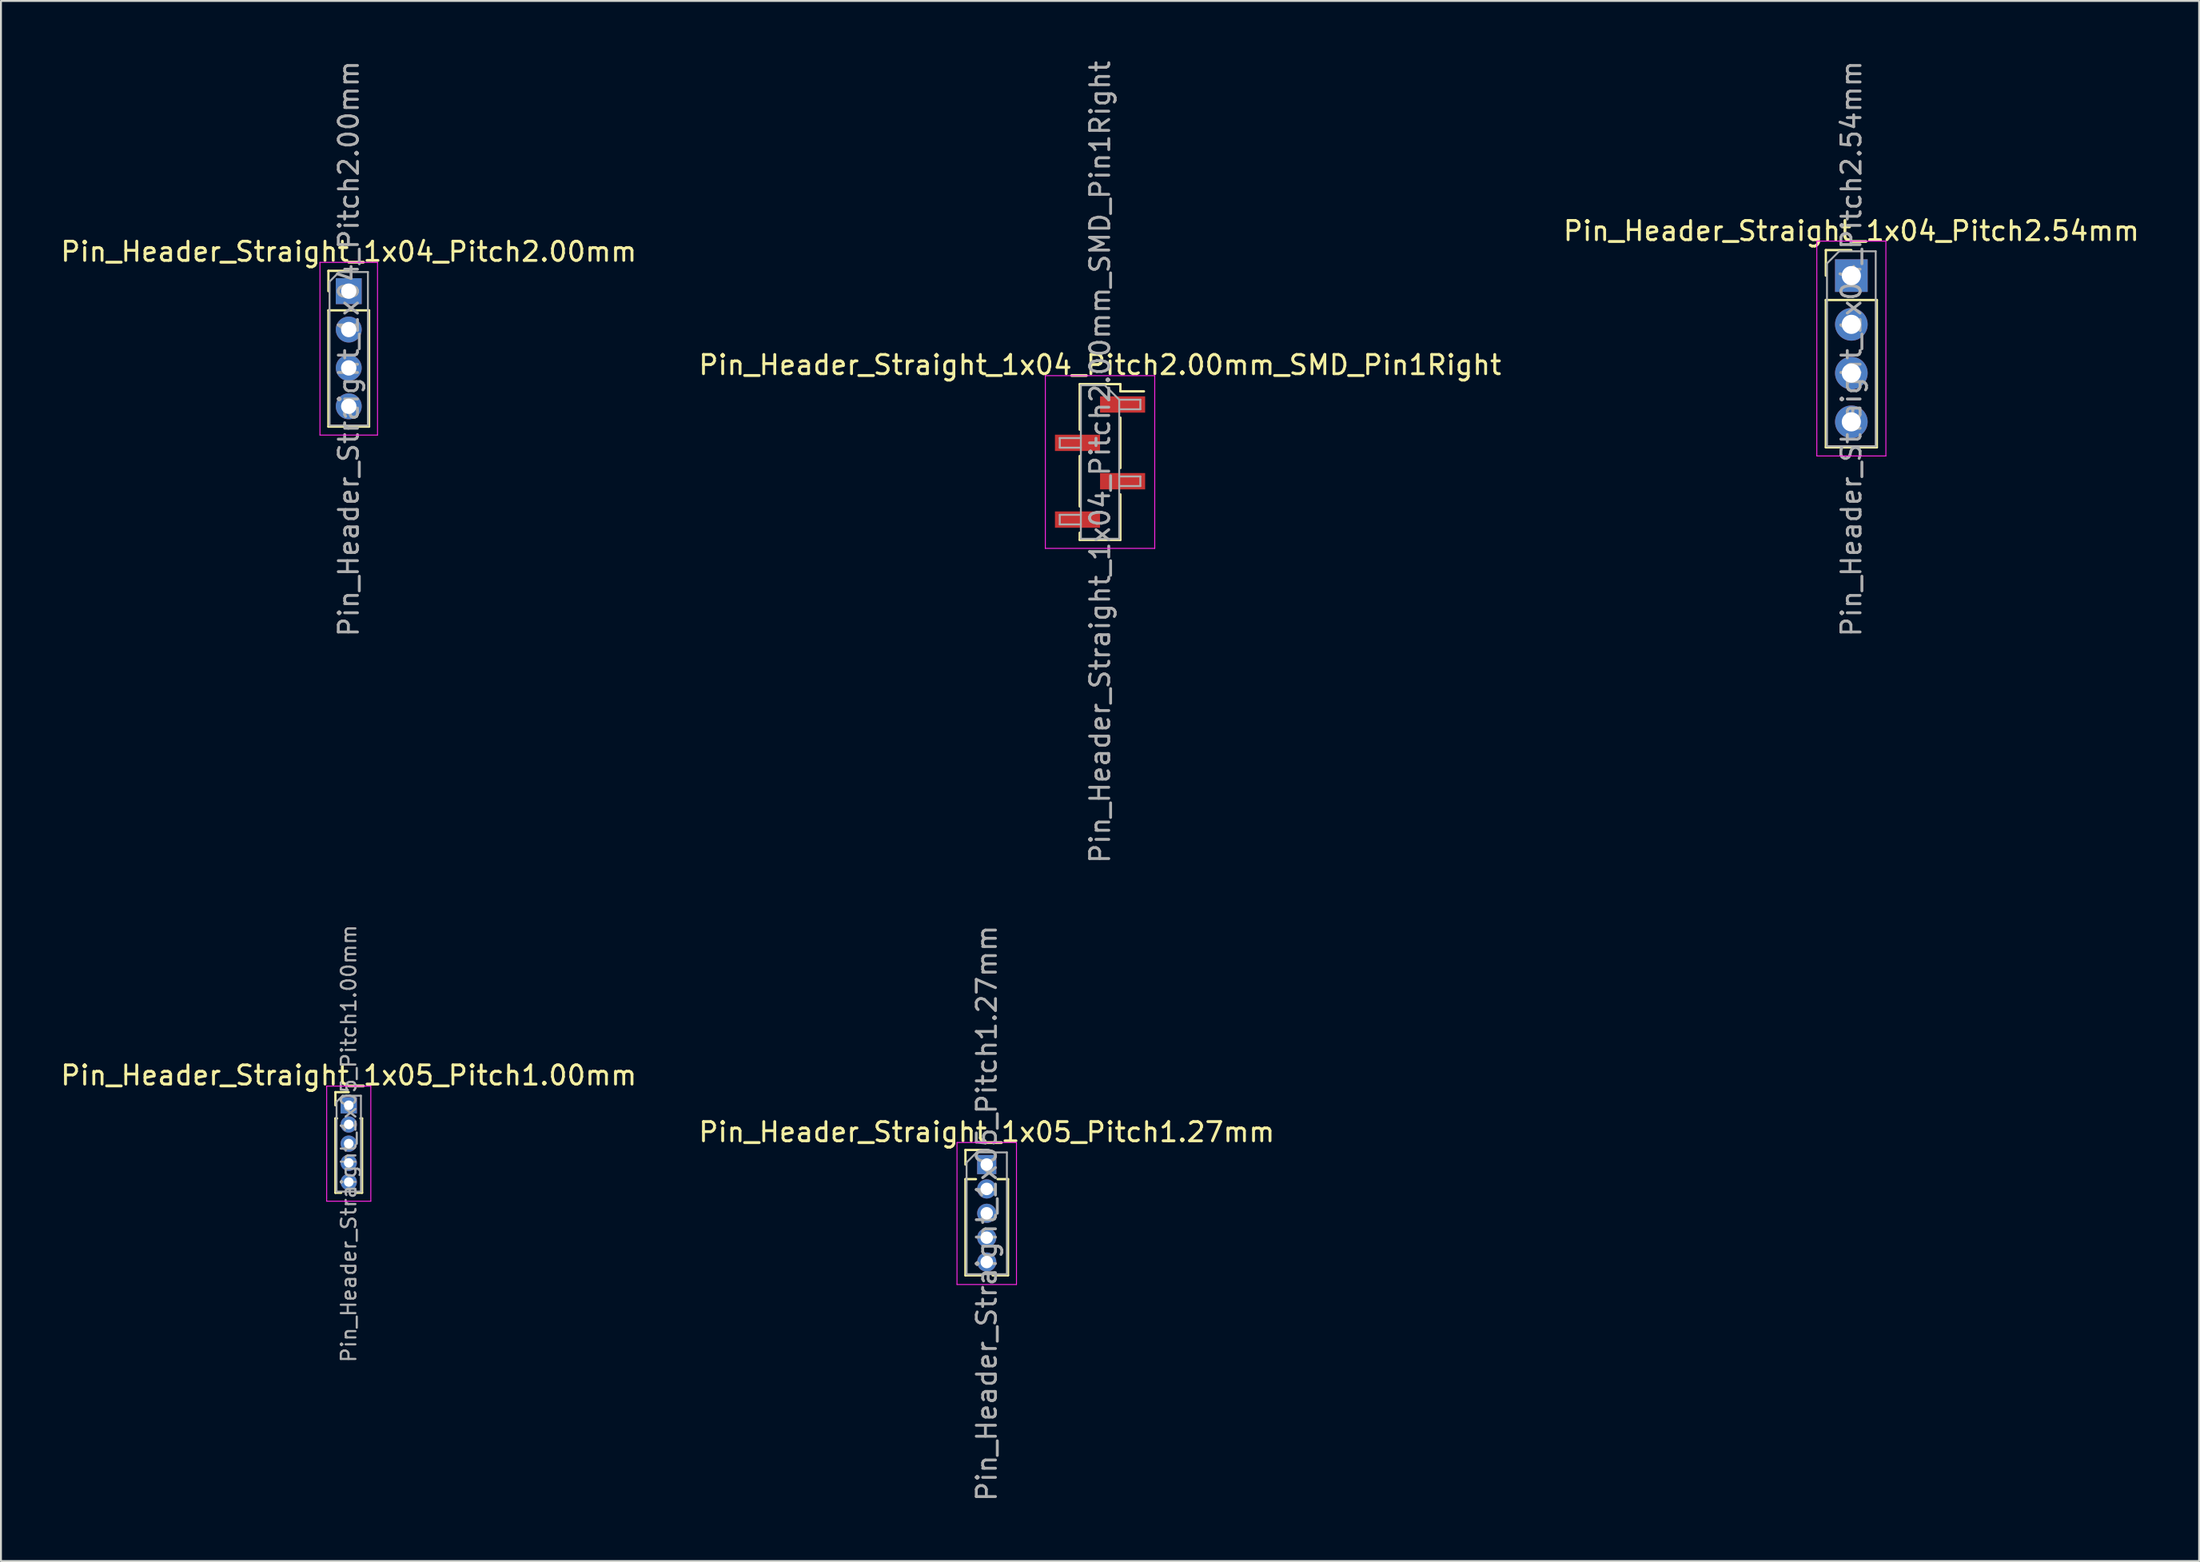
<source format=kicad_pcb>
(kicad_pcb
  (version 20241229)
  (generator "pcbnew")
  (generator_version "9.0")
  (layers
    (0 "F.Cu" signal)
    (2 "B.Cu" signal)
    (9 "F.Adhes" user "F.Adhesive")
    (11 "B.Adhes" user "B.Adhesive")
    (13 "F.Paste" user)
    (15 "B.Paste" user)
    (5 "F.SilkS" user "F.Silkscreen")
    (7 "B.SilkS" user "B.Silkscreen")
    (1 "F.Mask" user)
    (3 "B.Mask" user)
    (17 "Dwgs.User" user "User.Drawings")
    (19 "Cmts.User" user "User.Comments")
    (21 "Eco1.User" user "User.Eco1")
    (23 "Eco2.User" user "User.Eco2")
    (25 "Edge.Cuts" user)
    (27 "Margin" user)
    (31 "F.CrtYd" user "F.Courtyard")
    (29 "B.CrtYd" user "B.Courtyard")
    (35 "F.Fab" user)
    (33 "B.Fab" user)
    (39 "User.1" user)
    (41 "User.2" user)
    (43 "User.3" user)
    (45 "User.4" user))
  (footprint "Pin_Header_Straight_1x04_Pitch2.00mm"
    (layer "F.Cu")
    (at 15.125 12.125)
    (property "Reference" "Pin_Header_Straight_1x04_Pitch2.00mm" (at 0 -2.06 0) (layer "F.SilkS") (effects (font (size 1 1) (thickness 0.15))))
    (attr through_hole)
    (fp_line (start -1.06 -1.06) (end 0 -1.06) (stroke (width 0.12) (type solid)) (layer "F.SilkS"))
    (fp_line (start -1.06 0) (end -1.06 -1.06) (stroke (width 0.12) (type solid)) (layer "F.SilkS"))
    (fp_line (start -1.06 1) (end -1.06 7.06) (stroke (width 0.12) (type solid)) (layer "F.SilkS"))
    (fp_line (start -1.06 1) (end 1.06 1) (stroke (width 0.12) (type solid)) (layer "F.SilkS"))
    (fp_line (start -1.06 7.06) (end 1.06 7.06) (stroke (width 0.12) (type solid)) (layer "F.SilkS"))
    (fp_line (start 1.06 1) (end 1.06 7.06) (stroke (width 0.12) (type solid)) (layer "F.SilkS"))
    (fp_line (start -1.5 -1.5) (end -1.5 7.5) (stroke (width 0.05) (type solid)) (layer "F.CrtYd"))
    (fp_line (start -1.5 7.5) (end 1.5 7.5) (stroke (width 0.05) (type solid)) (layer "F.CrtYd"))
    (fp_line (start 1.5 -1.5) (end -1.5 -1.5) (stroke (width 0.05) (type solid)) (layer "F.CrtYd"))
    (fp_line (start 1.5 7.5) (end 1.5 -1.5) (stroke (width 0.05) (type solid)) (layer "F.CrtYd"))
    (fp_line (start -1 -0.5) (end -0.5 -1) (stroke (width 0.1) (type solid)) (layer "F.Fab"))
    (fp_line (start -1 7) (end -1 -0.5) (stroke (width 0.1) (type solid)) (layer "F.Fab"))
    (fp_line (start -0.5 -1) (end 1 -1) (stroke (width 0.1) (type solid)) (layer "F.Fab"))
    (fp_line (start 1 -1) (end 1 7) (stroke (width 0.1) (type solid)) (layer "F.Fab"))
    (fp_line (start 1 7) (end -1 7) (stroke (width 0.1) (type solid)) (layer "F.Fab"))
    (fp_text user "${REFERENCE}" (at 0 3 90) (layer "F.Fab") (effects (font (size 1 1) (thickness 0.15))))
    (pad "1" thru_hole rect (at 0 0) (size 1.35 1.35) (drill 0.8) (layers "*.Cu" "*.Mask"))
    (pad "2" thru_hole oval (at 0 2) (size 1.35 1.35) (drill 0.8) (layers "*.Cu" "*.Mask"))
    (pad "3" thru_hole oval (at 0 4) (size 1.35 1.35) (drill 0.8) (layers "*.Cu" "*.Mask"))
    (pad "4" thru_hole oval (at 0 6) (size 1.35 1.35) (drill 0.8) (layers "*.Cu" "*.Mask")))
  (footprint "Pin_Header_Straight_1x05_Pitch1.00mm"
    (layer "F.Cu")
    (at 15.125 54.555)
    (property "Reference" "Pin_Header_Straight_1x05_Pitch1.00mm" (at 0 -1.56 0) (layer "F.SilkS") (effects (font (size 1 1) (thickness 0.15))))
    (attr through_hole)
    (fp_line (start -0.695 -0.685) (end 0 -0.685) (stroke (width 0.12) (type solid)) (layer "F.SilkS"))
    (fp_line (start -0.695 0) (end -0.695 -0.685) (stroke (width 0.12) (type solid)) (layer "F.SilkS"))
    (fp_line (start -0.695 0.685) (end -0.695 4.56) (stroke (width 0.12) (type solid)) (layer "F.SilkS"))
    (fp_line (start -0.695 0.685) (end -0.608 0.685) (stroke (width 0.12) (type solid)) (layer "F.SilkS"))
    (fp_line (start -0.695 4.56) (end -0.394 4.56) (stroke (width 0.12) (type solid)) (layer "F.SilkS"))
    (fp_line (start 0.394 4.56) (end 0.695 4.56) (stroke (width 0.12) (type solid)) (layer "F.SilkS"))
    (fp_line (start 0.608 0.685) (end 0.695 0.685) (stroke (width 0.12) (type solid)) (layer "F.SilkS"))
    (fp_line (start 0.695 0.685) (end 0.695 4.56) (stroke (width 0.12) (type solid)) (layer "F.SilkS"))
    (fp_line (start -1.15 -1) (end -1.15 5) (stroke (width 0.05) (type solid)) (layer "F.CrtYd"))
    (fp_line (start -1.15 5) (end 1.15 5) (stroke (width 0.05) (type solid)) (layer "F.CrtYd"))
    (fp_line (start 1.15 -1) (end -1.15 -1) (stroke (width 0.05) (type solid)) (layer "F.CrtYd"))
    (fp_line (start 1.15 5) (end 1.15 -1) (stroke (width 0.05) (type solid)) (layer "F.CrtYd"))
    (fp_line (start -0.635 -0.182) (end -0.318 -0.5) (stroke (width 0.1) (type solid)) (layer "F.Fab"))
    (fp_line (start -0.635 4.5) (end -0.635 -0.182) (stroke (width 0.1) (type solid)) (layer "F.Fab"))
    (fp_line (start -0.318 -0.5) (end 0.635 -0.5) (stroke (width 0.1) (type solid)) (layer "F.Fab"))
    (fp_line (start 0.635 -0.5) (end 0.635 4.5) (stroke (width 0.1) (type solid)) (layer "F.Fab"))
    (fp_line (start 0.635 4.5) (end -0.635 4.5) (stroke (width 0.1) (type solid)) (layer "F.Fab"))
    (fp_text user "${REFERENCE}" (at 0 2 90) (layer "F.Fab") (effects (font (size 0.76 0.76) (thickness 0.114))))
    (pad "1" thru_hole rect (at 0 0) (size 0.85 0.85) (drill 0.5) (layers "*.Cu" "*.Mask"))
    (pad "2" thru_hole oval (at 0 1) (size 0.85 0.85) (drill 0.5) (layers "*.Cu" "*.Mask"))
    (pad "3" thru_hole oval (at 0 2) (size 0.85 0.85) (drill 0.5) (layers "*.Cu" "*.Mask"))
    (pad "4" thru_hole oval (at 0 3) (size 0.85 0.85) (drill 0.5) (layers "*.Cu" "*.Mask"))
    (pad "5" thru_hole oval (at 0 4) (size 0.85 0.85) (drill 0.5) (layers "*.Cu" "*.Mask")))
  (footprint "Pin_Header_Straight_1x04_Pitch2.54mm"
    (layer "F.Cu")
    (at 93.435 11.315)
    (property "Reference" "Pin_Header_Straight_1x04_Pitch2.54mm" (at 0 -2.33 0) (layer "F.SilkS") (effects (font (size 1 1) (thickness 0.15))))
    (attr through_hole)
    (fp_line (start -1.33 -1.33) (end 0 -1.33) (stroke (width 0.12) (type solid)) (layer "F.SilkS"))
    (fp_line (start -1.33 0) (end -1.33 -1.33) (stroke (width 0.12) (type solid)) (layer "F.SilkS"))
    (fp_line (start -1.33 1.27) (end -1.33 8.95) (stroke (width 0.12) (type solid)) (layer "F.SilkS"))
    (fp_line (start -1.33 1.27) (end 1.33 1.27) (stroke (width 0.12) (type solid)) (layer "F.SilkS"))
    (fp_line (start -1.33 8.95) (end 1.33 8.95) (stroke (width 0.12) (type solid)) (layer "F.SilkS"))
    (fp_line (start 1.33 1.27) (end 1.33 8.95) (stroke (width 0.12) (type solid)) (layer "F.SilkS"))
    (fp_line (start -1.8 -1.8) (end -1.8 9.4) (stroke (width 0.05) (type solid)) (layer "F.CrtYd"))
    (fp_line (start -1.8 9.4) (end 1.8 9.4) (stroke (width 0.05) (type solid)) (layer "F.CrtYd"))
    (fp_line (start 1.8 -1.8) (end -1.8 -1.8) (stroke (width 0.05) (type solid)) (layer "F.CrtYd"))
    (fp_line (start 1.8 9.4) (end 1.8 -1.8) (stroke (width 0.05) (type solid)) (layer "F.CrtYd"))
    (fp_line (start -1.27 -0.635) (end -0.635 -1.27) (stroke (width 0.1) (type solid)) (layer "F.Fab"))
    (fp_line (start -1.27 8.89) (end -1.27 -0.635) (stroke (width 0.1) (type solid)) (layer "F.Fab"))
    (fp_line (start -0.635 -1.27) (end 1.27 -1.27) (stroke (width 0.1) (type solid)) (layer "F.Fab"))
    (fp_line (start 1.27 -1.27) (end 1.27 8.89) (stroke (width 0.1) (type solid)) (layer "F.Fab"))
    (fp_line (start 1.27 8.89) (end -1.27 8.89) (stroke (width 0.1) (type solid)) (layer "F.Fab"))
    (fp_text user "${REFERENCE}" (at 0 3.81 90) (layer "F.Fab") (effects (font (size 1 1) (thickness 0.15))))
    (pad "1" thru_hole rect (at 0 0) (size 1.7 1.7) (drill 1) (layers "*.Cu" "*.Mask"))
    (pad "2" thru_hole oval (at 0 2.54) (size 1.7 1.7) (drill 1) (layers "*.Cu" "*.Mask"))
    (pad "3" thru_hole oval (at 0 5.08) (size 1.7 1.7) (drill 1) (layers "*.Cu" "*.Mask"))
    (pad "4" thru_hole oval (at 0 7.62) (size 1.7 1.7) (drill 1) (layers "*.Cu" "*.Mask")))
  (footprint "Pin_Header_Straight_1x04_Pitch2.00mm_SMD_Pin1Right"
    (layer "F.Cu")
    (at 54.28 21.03)
    (property "Reference" "Pin_Header_Straight_1x04_Pitch2.00mm_SMD_Pin1Right" (at 0 -5.06 0) (layer "F.SilkS") (effects (font (size 1 1) (thickness 0.15))))
    (attr smd)
    (fp_line (start -1.06 -4.06) (end -1.06 -1.685) (stroke (width 0.12) (type solid)) (layer "F.SilkS"))
    (fp_line (start -1.06 -4.06) (end 1.06 -4.06) (stroke (width 0.12) (type solid)) (layer "F.SilkS"))
    (fp_line (start -1.06 -0.315) (end -1.06 2.315) (stroke (width 0.12) (type solid)) (layer "F.SilkS"))
    (fp_line (start -1.06 3.685) (end -1.06 4.06) (stroke (width 0.12) (type solid)) (layer "F.SilkS"))
    (fp_line (start -1.06 4.06) (end 1.06 4.06) (stroke (width 0.12) (type solid)) (layer "F.SilkS"))
    (fp_line (start 1.06 -4.06) (end 1.06 -3.685) (stroke (width 0.12) (type solid)) (layer "F.SilkS"))
    (fp_line (start 1.06 -3.685) (end 2.29 -3.685) (stroke (width 0.12) (type solid)) (layer "F.SilkS"))
    (fp_line (start 1.06 -2.315) (end 1.06 0.315) (stroke (width 0.12) (type solid)) (layer "F.SilkS"))
    (fp_line (start 1.06 1.685) (end 1.06 4.06) (stroke (width 0.12) (type solid)) (layer "F.SilkS"))
    (fp_line (start -2.85 -4.5) (end -2.85 4.5) (stroke (width 0.05) (type solid)) (layer "F.CrtYd"))
    (fp_line (start -2.85 4.5) (end 2.85 4.5) (stroke (width 0.05) (type solid)) (layer "F.CrtYd"))
    (fp_line (start 2.85 -4.5) (end -2.85 -4.5) (stroke (width 0.05) (type solid)) (layer "F.CrtYd"))
    (fp_line (start 2.85 4.5) (end 2.85 -4.5) (stroke (width 0.05) (type solid)) (layer "F.CrtYd"))
    (fp_line (start -2.1 -1.25) (end -2.1 -0.75) (stroke (width 0.1) (type solid)) (layer "F.Fab"))
    (fp_line (start -2.1 -0.75) (end -1 -0.75) (stroke (width 0.1) (type solid)) (layer "F.Fab"))
    (fp_line (start -2.1 2.75) (end -2.1 3.25) (stroke (width 0.1) (type solid)) (layer "F.Fab"))
    (fp_line (start -2.1 3.25) (end -1 3.25) (stroke (width 0.1) (type solid)) (layer "F.Fab"))
    (fp_line (start -1 -4) (end -1 4) (stroke (width 0.1) (type solid)) (layer "F.Fab"))
    (fp_line (start -1 -4) (end 0.25 -4) (stroke (width 0.1) (type solid)) (layer "F.Fab"))
    (fp_line (start -1 -1.25) (end -2.1 -1.25) (stroke (width 0.1) (type solid)) (layer "F.Fab"))
    (fp_line (start -1 2.75) (end -2.1 2.75) (stroke (width 0.1) (type solid)) (layer "F.Fab"))
    (fp_line (start 1 -3.25) (end 0.25 -4) (stroke (width 0.1) (type solid)) (layer "F.Fab"))
    (fp_line (start 1 -3.25) (end 2.1 -3.25) (stroke (width 0.1) (type solid)) (layer "F.Fab"))
    (fp_line (start 1 0.75) (end 2.1 0.75) (stroke (width 0.1) (type solid)) (layer "F.Fab"))
    (fp_line (start 1 4) (end -1 4) (stroke (width 0.1) (type solid)) (layer "F.Fab"))
    (fp_line (start 1 4) (end 1 -3.25) (stroke (width 0.1) (type solid)) (layer "F.Fab"))
    (fp_line (start 2.1 -3.25) (end 2.1 -2.75) (stroke (width 0.1) (type solid)) (layer "F.Fab"))
    (fp_line (start 2.1 -2.75) (end 1 -2.75) (stroke (width 0.1) (type solid)) (layer "F.Fab"))
    (fp_line (start 2.1 0.75) (end 2.1 1.25) (stroke (width 0.1) (type solid)) (layer "F.Fab"))
    (fp_line (start 2.1 1.25) (end 1 1.25) (stroke (width 0.1) (type solid)) (layer "F.Fab"))
    (fp_text user "${REFERENCE}" (at 0 0 90) (layer "F.Fab") (effects (font (size 1 1) (thickness 0.15))))
    (pad "1" smd rect (at 1.175 -3) (size 2.35 0.85) (layers "F.Cu" "F.Mask" "F.Paste"))
    (pad "2" smd rect (at -1.175 -1) (size 2.35 0.85) (layers "F.Cu" "F.Mask" "F.Paste"))
    (pad "3" smd rect (at 1.175 1) (size 2.35 0.85) (layers "F.Cu" "F.Mask" "F.Paste"))
    (pad "4" smd rect (at -1.175 3) (size 2.35 0.85) (layers "F.Cu" "F.Mask" "F.Paste")))
  (footprint "Pin_Header_Straight_1x05_Pitch1.27mm"
    (layer "F.Cu")
    (at 48.375 57.645)
    (property "Reference" "Pin_Header_Straight_1x05_Pitch1.27mm" (at 0 -1.695 0) (layer "F.SilkS") (effects (font (size 1 1) (thickness 0.15))))
    (attr through_hole)
    (fp_line (start -1.11 -0.76) (end 0 -0.76) (stroke (width 0.12) (type solid)) (layer "F.SilkS"))
    (fp_line (start -1.11 0) (end -1.11 -0.76) (stroke (width 0.12) (type solid)) (layer "F.SilkS"))
    (fp_line (start -1.11 0.76) (end -1.11 5.775) (stroke (width 0.12) (type solid)) (layer "F.SilkS"))
    (fp_line (start -1.11 0.76) (end -0.563 0.76) (stroke (width 0.12) (type solid)) (layer "F.SilkS"))
    (fp_line (start -1.11 5.775) (end -0.308 5.775) (stroke (width 0.12) (type solid)) (layer "F.SilkS"))
    (fp_line (start 0.308 5.775) (end 1.11 5.775) (stroke (width 0.12) (type solid)) (layer "F.SilkS"))
    (fp_line (start 0.563 0.76) (end 1.11 0.76) (stroke (width 0.12) (type solid)) (layer "F.SilkS"))
    (fp_line (start 1.11 0.76) (end 1.11 5.775) (stroke (width 0.12) (type solid)) (layer "F.SilkS"))
    (fp_line (start -1.55 -1.15) (end -1.55 6.25) (stroke (width 0.05) (type solid)) (layer "F.CrtYd"))
    (fp_line (start -1.55 6.25) (end 1.55 6.25) (stroke (width 0.05) (type solid)) (layer "F.CrtYd"))
    (fp_line (start 1.55 -1.15) (end -1.55 -1.15) (stroke (width 0.05) (type solid)) (layer "F.CrtYd"))
    (fp_line (start 1.55 6.25) (end 1.55 -1.15) (stroke (width 0.05) (type solid)) (layer "F.CrtYd"))
    (fp_line (start -1.05 -0.11) (end -0.525 -0.635) (stroke (width 0.1) (type solid)) (layer "F.Fab"))
    (fp_line (start -1.05 5.715) (end -1.05 -0.11) (stroke (width 0.1) (type solid)) (layer "F.Fab"))
    (fp_line (start -0.525 -0.635) (end 1.05 -0.635) (stroke (width 0.1) (type solid)) (layer "F.Fab"))
    (fp_line (start 1.05 -0.635) (end 1.05 5.715) (stroke (width 0.1) (type solid)) (layer "F.Fab"))
    (fp_line (start 1.05 5.715) (end -1.05 5.715) (stroke (width 0.1) (type solid)) (layer "F.Fab"))
    (fp_text user "${REFERENCE}" (at 0 2.54 90) (layer "F.Fab") (effects (font (size 1 1) (thickness 0.15))))
    (pad "1" thru_hole rect (at 0 0) (size 1 1) (drill 0.65) (layers "*.Cu" "*.Mask"))
    (pad "2" thru_hole oval (at 0 1.27) (size 1 1) (drill 0.65) (layers "*.Cu" "*.Mask"))
    (pad "3" thru_hole oval (at 0 2.54) (size 1 1) (drill 0.65) (layers "*.Cu" "*.Mask"))
    (pad "4" thru_hole oval (at 0 3.81) (size 1 1) (drill 0.65) (layers "*.Cu" "*.Mask"))
    (pad "5" thru_hole oval (at 0 5.08) (size 1 1) (drill 0.65) (layers "*.Cu" "*.Mask")))
  (gr_rect
    (start -3 -3)
    (end 111.56 78.31)
    (stroke (width 0.1) (type default))
    (fill no)
    (layer "Edge.Cuts")))
</source>
